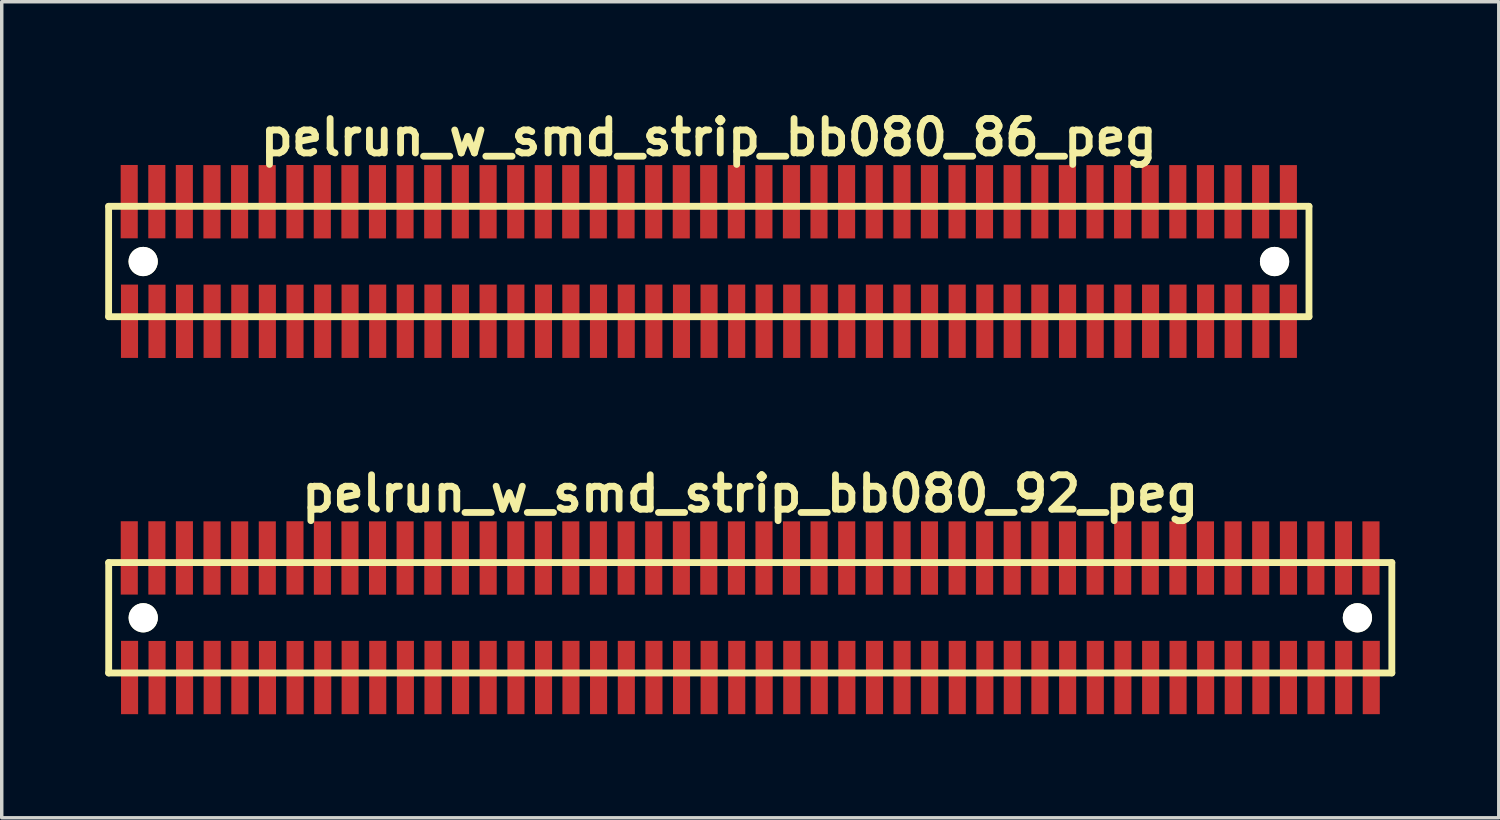
<source format=kicad_pcb>
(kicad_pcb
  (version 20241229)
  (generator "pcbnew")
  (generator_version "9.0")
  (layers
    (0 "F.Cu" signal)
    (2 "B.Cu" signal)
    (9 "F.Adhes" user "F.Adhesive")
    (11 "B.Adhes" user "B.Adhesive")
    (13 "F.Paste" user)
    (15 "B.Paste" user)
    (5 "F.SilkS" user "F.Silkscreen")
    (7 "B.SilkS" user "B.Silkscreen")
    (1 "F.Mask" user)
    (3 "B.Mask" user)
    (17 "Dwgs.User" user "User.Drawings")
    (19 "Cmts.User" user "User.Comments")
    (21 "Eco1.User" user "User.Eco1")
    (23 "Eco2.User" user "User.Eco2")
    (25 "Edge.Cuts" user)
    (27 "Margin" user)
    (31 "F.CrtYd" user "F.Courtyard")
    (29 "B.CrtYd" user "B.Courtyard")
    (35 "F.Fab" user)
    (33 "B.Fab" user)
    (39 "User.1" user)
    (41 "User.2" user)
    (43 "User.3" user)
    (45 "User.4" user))
  (footprint "pelrun_w_smd_strip_bb080_92_peg"
    (layer "F.Cu")
    (at 18.699 14.859)
    (property "Reference" "pelrun_w_smd_strip_bb080_92_peg" (at 0 -3.599 0) (layer "F.SilkS") (effects (font (size 0.998 0.998) (thickness 0.198))))
    (attr through_hole)
    (fp_line (start -18.6 1.6) (end 18.6 1.6) (stroke (width 0.198) (type solid)) (layer "F.SilkS"))
    (fp_line (start -18.598 -1.6) (end -18.598 1.6) (stroke (width 0.198) (type solid)) (layer "F.SilkS"))
    (fp_line (start 18.6 -1.6) (end -18.6 -1.6) (stroke (width 0.198) (type solid)) (layer "F.SilkS"))
    (fp_line (start 18.6 1.6) (end 18.6 -1.6) (stroke (width 0.198) (type solid)) (layer "F.SilkS"))
    (pad "" np_thru_hole circle (at -17.597 0) (size 0.848 0.848) (drill 0.848) (layers "*.Cu" "*.Mask" "F.SilkS"))
    (pad "" np_thru_hole circle (at 17.602 0) (size 0.848 0.848) (drill 0.848) (layers "*.Cu" "*.Mask" "F.SilkS"))
    (pad "1" smd rect (at -17.993 1.732) (size 0.495 2.126) (layers "F.Cu" "F.Mask" "F.Paste"))
    (pad "2" smd rect (at -18.001 -1.735) (size 0.495 2.126) (layers "F.Cu" "F.Mask" "F.Paste"))
    (pad "3" smd rect (at -17.196 1.735) (size 0.495 2.126) (layers "F.Cu" "F.Mask" "F.Paste"))
    (pad "4" smd rect (at -17.201 -1.735) (size 0.495 2.126) (layers "F.Cu" "F.Mask" "F.Paste"))
    (pad "5" smd rect (at -16.398 1.735) (size 0.495 2.126) (layers "F.Cu" "F.Mask" "F.Paste"))
    (pad "6" smd rect (at -16.403 -1.735) (size 0.495 2.126) (layers "F.Cu" "F.Mask" "F.Paste"))
    (pad "7" smd rect (at -15.598 1.732) (size 0.495 2.126) (layers "F.Cu" "F.Mask" "F.Paste"))
    (pad "8" smd rect (at -15.603 -1.732) (size 0.495 2.126) (layers "F.Cu" "F.Mask" "F.Paste"))
    (pad "9" smd rect (at -14.796 1.735) (size 0.495 2.126) (layers "F.Cu" "F.Mask" "F.Paste"))
    (pad "10" smd rect (at -14.801 -1.732) (size 0.495 2.126) (layers "F.Cu" "F.Mask" "F.Paste"))
    (pad "11" smd rect (at -13.995 1.735) (size 0.495 2.126) (layers "F.Cu" "F.Mask" "F.Paste"))
    (pad "12" smd rect (at -14 -1.732) (size 0.495 2.126) (layers "F.Cu" "F.Mask" "F.Paste"))
    (pad "13" smd rect (at -13.195 1.735) (size 0.495 2.126) (layers "F.Cu" "F.Mask" "F.Paste"))
    (pad "14" smd rect (at -13.198 -1.735) (size 0.495 2.126) (layers "F.Cu" "F.Mask" "F.Paste"))
    (pad "15" smd rect (at -12.393 1.732) (size 0.495 2.126) (layers "F.Cu" "F.Mask" "F.Paste"))
    (pad "16" smd rect (at -12.403 -1.732) (size 0.495 2.126) (layers "F.Cu" "F.Mask" "F.Paste"))
    (pad "17" smd rect (at -11.598 1.732) (size 0.495 2.126) (layers "F.Cu" "F.Mask" "F.Paste"))
    (pad "18" smd rect (at -11.603 -1.732) (size 0.495 2.126) (layers "F.Cu" "F.Mask" "F.Paste"))
    (pad "19" smd rect (at -10.798 1.732) (size 0.495 2.126) (layers "F.Cu" "F.Mask" "F.Paste"))
    (pad "20" smd rect (at -10.805 -1.732) (size 0.495 2.126) (layers "F.Cu" "F.Mask" "F.Paste"))
    (pad "21" smd rect (at -9.997 1.732) (size 0.495 2.126) (layers "F.Cu" "F.Mask" "F.Paste"))
    (pad "22" smd rect (at -10.005 -1.732) (size 0.495 2.126) (layers "F.Cu" "F.Mask" "F.Paste"))
    (pad "23" smd rect (at -9.197 1.732) (size 0.495 2.126) (layers "F.Cu" "F.Mask" "F.Paste"))
    (pad "24" smd rect (at -9.202 -1.732) (size 0.495 2.126) (layers "F.Cu" "F.Mask" "F.Paste"))
    (pad "25" smd rect (at -8.397 1.732) (size 0.495 2.126) (layers "F.Cu" "F.Mask" "F.Paste"))
    (pad "26" smd rect (at -8.402 -1.732) (size 0.495 2.126) (layers "F.Cu" "F.Mask" "F.Paste"))
    (pad "27" smd rect (at -7.597 1.732) (size 0.495 2.126) (layers "F.Cu" "F.Mask" "F.Paste"))
    (pad "28" smd rect (at -7.597 -1.732) (size 0.495 2.126) (layers "F.Cu" "F.Mask" "F.Paste"))
    (pad "29" smd rect (at -6.792 1.732) (size 0.495 2.126) (layers "F.Cu" "F.Mask" "F.Paste"))
    (pad "30" smd rect (at -6.797 -1.732) (size 0.495 2.126) (layers "F.Cu" "F.Mask" "F.Paste"))
    (pad "31" smd rect (at -5.992 1.732) (size 0.495 2.126) (layers "F.Cu" "F.Mask" "F.Paste"))
    (pad "32" smd rect (at -5.997 -1.732) (size 0.495 2.126) (layers "F.Cu" "F.Mask" "F.Paste"))
    (pad "33" smd rect (at -5.197 1.732) (size 0.495 2.126) (layers "F.Cu" "F.Mask" "F.Paste"))
    (pad "34" smd rect (at -5.202 -1.732) (size 0.495 2.126) (layers "F.Cu" "F.Mask" "F.Paste"))
    (pad "35" smd rect (at -4.397 1.732) (size 0.495 2.126) (layers "F.Cu" "F.Mask" "F.Paste"))
    (pad "36" smd rect (at -4.402 -1.732) (size 0.495 2.126) (layers "F.Cu" "F.Mask" "F.Paste"))
    (pad "37" smd rect (at -3.592 1.732) (size 0.495 2.126) (layers "F.Cu" "F.Mask" "F.Paste"))
    (pad "38" smd rect (at -3.597 -1.732) (size 0.495 2.126) (layers "F.Cu" "F.Mask" "F.Paste"))
    (pad "39" smd rect (at -2.791 1.732) (size 0.495 2.126) (layers "F.Cu" "F.Mask" "F.Paste"))
    (pad "40" smd rect (at -2.797 -1.732) (size 0.495 2.126) (layers "F.Cu" "F.Mask" "F.Paste"))
    (pad "41" smd rect (at -1.991 1.732) (size 0.495 2.126) (layers "F.Cu" "F.Mask" "F.Paste"))
    (pad "42" smd rect (at -1.996 -1.732) (size 0.495 2.126) (layers "F.Cu" "F.Mask" "F.Paste"))
    (pad "43" smd rect (at -1.191 1.732) (size 0.495 2.126) (layers "F.Cu" "F.Mask" "F.Paste"))
    (pad "44" smd rect (at -1.201 -1.732) (size 0.495 2.126) (layers "F.Cu" "F.Mask" "F.Paste"))
    (pad "45" smd rect (at -0.391 1.732) (size 0.495 2.126) (layers "F.Cu" "F.Mask" "F.Paste"))
    (pad "46" smd rect (at -0.401 -1.732) (size 0.495 2.126) (layers "F.Cu" "F.Mask" "F.Paste"))
    (pad "47" smd rect (at 0.404 1.732) (size 0.495 2.126) (layers "F.Cu" "F.Mask" "F.Paste"))
    (pad "48" smd rect (at 0.399 -1.732) (size 0.495 2.126) (layers "F.Cu" "F.Mask" "F.Paste"))
    (pad "49" smd rect (at 1.204 1.732) (size 0.495 2.126) (layers "F.Cu" "F.Mask" "F.Paste"))
    (pad "50" smd rect (at 1.196 -1.732) (size 0.495 2.126) (layers "F.Cu" "F.Mask" "F.Paste"))
    (pad "51" smd rect (at 2.002 1.732) (size 0.495 2.126) (layers "F.Cu" "F.Mask" "F.Paste"))
    (pad "52" smd rect (at 1.996 -1.732) (size 0.495 2.126) (layers "F.Cu" "F.Mask" "F.Paste"))
    (pad "53" smd rect (at 2.802 1.732) (size 0.495 2.126) (layers "F.Cu" "F.Mask" "F.Paste"))
    (pad "54" smd rect (at 2.797 -1.732) (size 0.495 2.126) (layers "F.Cu" "F.Mask" "F.Paste"))
    (pad "55" smd rect (at 3.602 1.732) (size 0.495 2.126) (layers "F.Cu" "F.Mask" "F.Paste"))
    (pad "56" smd rect (at 3.597 -1.732) (size 0.495 2.126) (layers "F.Cu" "F.Mask" "F.Paste"))
    (pad "57" smd rect (at 4.402 1.732) (size 0.495 2.126) (layers "F.Cu" "F.Mask" "F.Paste"))
    (pad "58" smd rect (at 4.402 -1.732) (size 0.495 2.126) (layers "F.Cu" "F.Mask" "F.Paste"))
    (pad "59" smd rect (at 5.202 1.732) (size 0.495 2.126) (layers "F.Cu" "F.Mask" "F.Paste"))
    (pad "60" smd rect (at 5.197 -1.732) (size 0.495 2.126) (layers "F.Cu" "F.Mask" "F.Paste"))
    (pad "61" smd rect (at 6.002 1.732) (size 0.495 2.126) (layers "F.Cu" "F.Mask" "F.Paste"))
    (pad "62" smd rect (at 5.997 -1.732) (size 0.495 2.126) (layers "F.Cu" "F.Mask" "F.Paste"))
    (pad "63" smd rect (at 6.802 1.732) (size 0.495 2.126) (layers "F.Cu" "F.Mask" "F.Paste"))
    (pad "64" smd rect (at 6.795 -1.732) (size 0.495 2.126) (layers "F.Cu" "F.Mask" "F.Paste"))
    (pad "65" smd rect (at 7.597 1.732) (size 0.495 2.126) (layers "F.Cu" "F.Mask" "F.Paste"))
    (pad "66" smd rect (at 7.595 -1.732) (size 0.495 2.126) (layers "F.Cu" "F.Mask" "F.Paste"))
    (pad "67" smd rect (at 8.397 1.732) (size 0.495 2.126) (layers "F.Cu" "F.Mask" "F.Paste"))
    (pad "68" smd rect (at 8.397 -1.732) (size 0.495 2.126) (layers "F.Cu" "F.Mask" "F.Paste"))
    (pad "69" smd rect (at 9.202 1.732) (size 0.495 2.126) (layers "F.Cu" "F.Mask" "F.Paste"))
    (pad "70" smd rect (at 9.197 -1.732) (size 0.495 2.126) (layers "F.Cu" "F.Mask" "F.Paste"))
    (pad "71" smd rect (at 10.003 1.732) (size 0.495 2.126) (layers "F.Cu" "F.Mask" "F.Paste"))
    (pad "72" smd rect (at 9.997 -1.732) (size 0.495 2.126) (layers "F.Cu" "F.Mask" "F.Paste"))
    (pad "73" smd rect (at 10.803 1.732) (size 0.495 2.126) (layers "F.Cu" "F.Mask" "F.Paste"))
    (pad "74" smd rect (at 10.798 -1.732) (size 0.495 2.126) (layers "F.Cu" "F.Mask" "F.Paste"))
    (pad "75" smd rect (at 11.608 1.732) (size 0.495 2.126) (layers "F.Cu" "F.Mask" "F.Paste"))
    (pad "76" smd rect (at 11.598 -1.732) (size 0.495 2.126) (layers "F.Cu" "F.Mask" "F.Paste"))
    (pad "77" smd rect (at 12.403 1.732) (size 0.495 2.126) (layers "F.Cu" "F.Mask" "F.Paste"))
    (pad "78" smd rect (at 12.398 -1.732) (size 0.495 2.126) (layers "F.Cu" "F.Mask" "F.Paste"))
    (pad "79" smd rect (at 13.203 1.732) (size 0.495 2.126) (layers "F.Cu" "F.Mask" "F.Paste"))
    (pad "80" smd rect (at 13.198 -1.732) (size 0.495 2.126) (layers "F.Cu" "F.Mask" "F.Paste"))
    (pad "81" smd rect (at 14.003 1.732) (size 0.495 2.126) (layers "F.Cu" "F.Mask" "F.Paste"))
    (pad "82" smd rect (at 13.998 -1.732) (size 0.495 2.126) (layers "F.Cu" "F.Mask" "F.Paste"))
    (pad "83" smd rect (at 14.803 1.732) (size 0.495 2.126) (layers "F.Cu" "F.Mask" "F.Paste"))
    (pad "84" smd rect (at 14.798 -1.732) (size 0.495 2.126) (layers "F.Cu" "F.Mask" "F.Paste"))
    (pad "85" smd rect (at 15.603 1.732) (size 0.495 2.126) (layers "F.Cu" "F.Mask" "F.Paste"))
    (pad "86" smd rect (at 15.603 -1.732) (size 0.495 2.126) (layers "F.Cu" "F.Mask" "F.Paste"))
    (pad "87" smd rect (at 16.403 1.732) (size 0.495 2.126) (layers "F.Cu" "F.Mask" "F.Paste"))
    (pad "88" smd rect (at 16.398 -1.732) (size 0.495 2.126) (layers "F.Cu" "F.Mask" "F.Paste"))
    (pad "89" smd rect (at 17.203 1.732) (size 0.495 2.126) (layers "F.Cu" "F.Mask" "F.Paste"))
    (pad "90" smd rect (at 17.198 -1.732) (size 0.495 2.126) (layers "F.Cu" "F.Mask" "F.Paste"))
    (pad "91" smd rect (at 18.004 1.732) (size 0.495 2.126) (layers "F.Cu" "F.Mask" "F.Paste"))
    (pad "92" smd rect (at 17.996 -1.732) (size 0.495 2.126) (layers "F.Cu" "F.Mask" "F.Paste")))
  (footprint "pelrun_w_smd_strip_bb080_86_peg"
    (layer "F.Cu")
    (at 17.498 4.531)
    (property "Reference" "pelrun_w_smd_strip_bb080_86_peg" (at 0 -3.599 0) (layer "F.SilkS") (effects (font (size 0.998 0.998) (thickness 0.198))))
    (attr through_hole)
    (fp_line (start -17.399 -1.6) (end -17.399 1.6) (stroke (width 0.198) (type solid)) (layer "F.SilkS"))
    (fp_line (start -17.399 -1.6) (end 17.399 -1.6) (stroke (width 0.198) (type solid)) (layer "F.SilkS"))
    (fp_line (start 17.399 1.6) (end -17.399 1.6) (stroke (width 0.198) (type solid)) (layer "F.SilkS"))
    (fp_line (start 17.399 1.6) (end 17.399 -1.6) (stroke (width 0.198) (type solid)) (layer "F.SilkS"))
    (pad "" np_thru_hole circle (at -16.398 0) (size 0.848 0.848) (drill 0.848) (layers "*.Cu" "*.Mask" "F.SilkS"))
    (pad "" np_thru_hole circle (at 16.401 0) (size 0.848 0.848) (drill 0.848) (layers "*.Cu" "*.Mask" "F.SilkS"))
    (pad "1" smd rect (at -16.794 1.732) (size 0.495 2.126) (layers "F.Cu" "F.Mask" "F.Paste"))
    (pad "2" smd rect (at -16.802 -1.735) (size 0.495 2.126) (layers "F.Cu" "F.Mask" "F.Paste"))
    (pad "3" smd rect (at -15.997 1.735) (size 0.495 2.126) (layers "F.Cu" "F.Mask" "F.Paste"))
    (pad "4" smd rect (at -16.002 -1.735) (size 0.495 2.126) (layers "F.Cu" "F.Mask" "F.Paste"))
    (pad "5" smd rect (at -15.199 1.735) (size 0.495 2.126) (layers "F.Cu" "F.Mask" "F.Paste"))
    (pad "6" smd rect (at -15.204 -1.735) (size 0.495 2.126) (layers "F.Cu" "F.Mask" "F.Paste"))
    (pad "7" smd rect (at -14.399 1.732) (size 0.495 2.126) (layers "F.Cu" "F.Mask" "F.Paste"))
    (pad "8" smd rect (at -14.404 -1.732) (size 0.495 2.126) (layers "F.Cu" "F.Mask" "F.Paste"))
    (pad "9" smd rect (at -13.597 1.735) (size 0.495 2.126) (layers "F.Cu" "F.Mask" "F.Paste"))
    (pad "10" smd rect (at -13.602 -1.732) (size 0.495 2.126) (layers "F.Cu" "F.Mask" "F.Paste"))
    (pad "11" smd rect (at -12.797 1.735) (size 0.495 2.126) (layers "F.Cu" "F.Mask" "F.Paste"))
    (pad "12" smd rect (at -12.802 -1.732) (size 0.495 2.126) (layers "F.Cu" "F.Mask" "F.Paste"))
    (pad "13" smd rect (at -11.996 1.735) (size 0.495 2.126) (layers "F.Cu" "F.Mask" "F.Paste"))
    (pad "14" smd rect (at -11.999 -1.735) (size 0.495 2.126) (layers "F.Cu" "F.Mask" "F.Paste"))
    (pad "15" smd rect (at -11.194 1.732) (size 0.495 2.126) (layers "F.Cu" "F.Mask" "F.Paste"))
    (pad "16" smd rect (at -11.204 -1.732) (size 0.495 2.126) (layers "F.Cu" "F.Mask" "F.Paste"))
    (pad "17" smd rect (at -10.399 1.732) (size 0.495 2.126) (layers "F.Cu" "F.Mask" "F.Paste"))
    (pad "18" smd rect (at -10.404 -1.732) (size 0.495 2.126) (layers "F.Cu" "F.Mask" "F.Paste"))
    (pad "19" smd rect (at -9.599 1.732) (size 0.495 2.126) (layers "F.Cu" "F.Mask" "F.Paste"))
    (pad "20" smd rect (at -9.606 -1.732) (size 0.495 2.126) (layers "F.Cu" "F.Mask" "F.Paste"))
    (pad "21" smd rect (at -8.799 1.732) (size 0.495 2.126) (layers "F.Cu" "F.Mask" "F.Paste"))
    (pad "22" smd rect (at -8.806 -1.732) (size 0.495 2.126) (layers "F.Cu" "F.Mask" "F.Paste"))
    (pad "23" smd rect (at -7.998 1.732) (size 0.495 2.126) (layers "F.Cu" "F.Mask" "F.Paste"))
    (pad "24" smd rect (at -8.004 -1.732) (size 0.495 2.126) (layers "F.Cu" "F.Mask" "F.Paste"))
    (pad "25" smd rect (at -7.198 1.732) (size 0.495 2.126) (layers "F.Cu" "F.Mask" "F.Paste"))
    (pad "26" smd rect (at -7.203 -1.732) (size 0.495 2.126) (layers "F.Cu" "F.Mask" "F.Paste"))
    (pad "27" smd rect (at -6.398 1.732) (size 0.495 2.126) (layers "F.Cu" "F.Mask" "F.Paste"))
    (pad "28" smd rect (at -6.398 -1.732) (size 0.495 2.126) (layers "F.Cu" "F.Mask" "F.Paste"))
    (pad "29" smd rect (at -5.593 1.732) (size 0.495 2.126) (layers "F.Cu" "F.Mask" "F.Paste"))
    (pad "30" smd rect (at -5.598 -1.732) (size 0.495 2.126) (layers "F.Cu" "F.Mask" "F.Paste"))
    (pad "31" smd rect (at -4.793 1.732) (size 0.495 2.126) (layers "F.Cu" "F.Mask" "F.Paste"))
    (pad "32" smd rect (at -4.798 -1.732) (size 0.495 2.126) (layers "F.Cu" "F.Mask" "F.Paste"))
    (pad "33" smd rect (at -3.998 1.732) (size 0.495 2.126) (layers "F.Cu" "F.Mask" "F.Paste"))
    (pad "34" smd rect (at -4.003 -1.732) (size 0.495 2.126) (layers "F.Cu" "F.Mask" "F.Paste"))
    (pad "35" smd rect (at -3.198 1.732) (size 0.495 2.126) (layers "F.Cu" "F.Mask" "F.Paste"))
    (pad "36" smd rect (at -3.203 -1.732) (size 0.495 2.126) (layers "F.Cu" "F.Mask" "F.Paste"))
    (pad "37" smd rect (at -2.393 1.732) (size 0.495 2.126) (layers "F.Cu" "F.Mask" "F.Paste"))
    (pad "38" smd rect (at -2.398 -1.732) (size 0.495 2.126) (layers "F.Cu" "F.Mask" "F.Paste"))
    (pad "39" smd rect (at -1.593 1.732) (size 0.495 2.126) (layers "F.Cu" "F.Mask" "F.Paste"))
    (pad "40" smd rect (at -1.598 -1.732) (size 0.495 2.126) (layers "F.Cu" "F.Mask" "F.Paste"))
    (pad "41" smd rect (at -0.792 1.732) (size 0.495 2.126) (layers "F.Cu" "F.Mask" "F.Paste"))
    (pad "42" smd rect (at -0.798 -1.732) (size 0.495 2.126) (layers "F.Cu" "F.Mask" "F.Paste"))
    (pad "43" smd rect (at 0.008 1.732) (size 0.495 2.126) (layers "F.Cu" "F.Mask" "F.Paste"))
    (pad "44" smd rect (at -0.003 -1.732) (size 0.495 2.126) (layers "F.Cu" "F.Mask" "F.Paste"))
    (pad "45" smd rect (at 0.808 1.732) (size 0.495 2.126) (layers "F.Cu" "F.Mask" "F.Paste"))
    (pad "46" smd rect (at 0.798 -1.732) (size 0.495 2.126) (layers "F.Cu" "F.Mask" "F.Paste"))
    (pad "47" smd rect (at 1.603 1.732) (size 0.495 2.126) (layers "F.Cu" "F.Mask" "F.Paste"))
    (pad "48" smd rect (at 1.598 -1.732) (size 0.495 2.126) (layers "F.Cu" "F.Mask" "F.Paste"))
    (pad "49" smd rect (at 2.403 1.732) (size 0.495 2.126) (layers "F.Cu" "F.Mask" "F.Paste"))
    (pad "50" smd rect (at 2.395 -1.732) (size 0.495 2.126) (layers "F.Cu" "F.Mask" "F.Paste"))
    (pad "51" smd rect (at 3.2 1.732) (size 0.495 2.126) (layers "F.Cu" "F.Mask" "F.Paste"))
    (pad "52" smd rect (at 3.195 -1.732) (size 0.495 2.126) (layers "F.Cu" "F.Mask" "F.Paste"))
    (pad "53" smd rect (at 4 1.732) (size 0.495 2.126) (layers "F.Cu" "F.Mask" "F.Paste"))
    (pad "54" smd rect (at 3.995 -1.732) (size 0.495 2.126) (layers "F.Cu" "F.Mask" "F.Paste"))
    (pad "55" smd rect (at 4.801 1.732) (size 0.495 2.126) (layers "F.Cu" "F.Mask" "F.Paste"))
    (pad "56" smd rect (at 4.796 -1.732) (size 0.495 2.126) (layers "F.Cu" "F.Mask" "F.Paste"))
    (pad "57" smd rect (at 5.601 1.732) (size 0.495 2.126) (layers "F.Cu" "F.Mask" "F.Paste"))
    (pad "58" smd rect (at 5.601 -1.732) (size 0.495 2.126) (layers "F.Cu" "F.Mask" "F.Paste"))
    (pad "59" smd rect (at 6.401 1.732) (size 0.495 2.126) (layers "F.Cu" "F.Mask" "F.Paste"))
    (pad "60" smd rect (at 6.396 -1.732) (size 0.495 2.126) (layers "F.Cu" "F.Mask" "F.Paste"))
    (pad "61" smd rect (at 7.201 1.732) (size 0.495 2.126) (layers "F.Cu" "F.Mask" "F.Paste"))
    (pad "62" smd rect (at 7.196 -1.732) (size 0.495 2.126) (layers "F.Cu" "F.Mask" "F.Paste"))
    (pad "63" smd rect (at 8.001 1.732) (size 0.495 2.126) (layers "F.Cu" "F.Mask" "F.Paste"))
    (pad "64" smd rect (at 7.993 -1.732) (size 0.495 2.126) (layers "F.Cu" "F.Mask" "F.Paste"))
    (pad "65" smd rect (at 8.796 1.732) (size 0.495 2.126) (layers "F.Cu" "F.Mask" "F.Paste"))
    (pad "66" smd rect (at 8.793 -1.732) (size 0.495 2.126) (layers "F.Cu" "F.Mask" "F.Paste"))
    (pad "67" smd rect (at 9.596 1.732) (size 0.495 2.126) (layers "F.Cu" "F.Mask" "F.Paste"))
    (pad "68" smd rect (at 9.596 -1.732) (size 0.495 2.126) (layers "F.Cu" "F.Mask" "F.Paste"))
    (pad "69" smd rect (at 10.401 1.732) (size 0.495 2.126) (layers "F.Cu" "F.Mask" "F.Paste"))
    (pad "70" smd rect (at 10.396 -1.732) (size 0.495 2.126) (layers "F.Cu" "F.Mask" "F.Paste"))
    (pad "71" smd rect (at 11.201 1.732) (size 0.495 2.126) (layers "F.Cu" "F.Mask" "F.Paste"))
    (pad "72" smd rect (at 11.196 -1.732) (size 0.495 2.126) (layers "F.Cu" "F.Mask" "F.Paste"))
    (pad "73" smd rect (at 12.002 1.732) (size 0.495 2.126) (layers "F.Cu" "F.Mask" "F.Paste"))
    (pad "74" smd rect (at 11.996 -1.732) (size 0.495 2.126) (layers "F.Cu" "F.Mask" "F.Paste"))
    (pad "75" smd rect (at 12.807 1.732) (size 0.495 2.126) (layers "F.Cu" "F.Mask" "F.Paste"))
    (pad "76" smd rect (at 12.797 -1.732) (size 0.495 2.126) (layers "F.Cu" "F.Mask" "F.Paste"))
    (pad "77" smd rect (at 13.602 1.732) (size 0.495 2.126) (layers "F.Cu" "F.Mask" "F.Paste"))
    (pad "78" smd rect (at 13.597 -1.732) (size 0.495 2.126) (layers "F.Cu" "F.Mask" "F.Paste"))
    (pad "79" smd rect (at 14.402 1.732) (size 0.495 2.126) (layers "F.Cu" "F.Mask" "F.Paste"))
    (pad "80" smd rect (at 14.397 -1.732) (size 0.495 2.126) (layers "F.Cu" "F.Mask" "F.Paste"))
    (pad "81" smd rect (at 15.202 1.732) (size 0.495 2.126) (layers "F.Cu" "F.Mask" "F.Paste"))
    (pad "82" smd rect (at 15.197 -1.732) (size 0.495 2.126) (layers "F.Cu" "F.Mask" "F.Paste"))
    (pad "83" smd rect (at 16.002 1.732) (size 0.495 2.126) (layers "F.Cu" "F.Mask" "F.Paste"))
    (pad "84" smd rect (at 15.997 -1.732) (size 0.495 2.126) (layers "F.Cu" "F.Mask" "F.Paste"))
    (pad "85" smd rect (at 16.802 1.732) (size 0.495 2.126) (layers "F.Cu" "F.Mask" "F.Paste"))
    (pad "86" smd rect (at 16.802 -1.732) (size 0.495 2.126) (layers "F.Cu" "F.Mask" "F.Paste")))
  (gr_rect
    (start -3 -3)
    (end 40.399 20.657)
    (stroke (width 0.1) (type default))
    (fill no)
    (layer "Edge.Cuts")))
</source>
